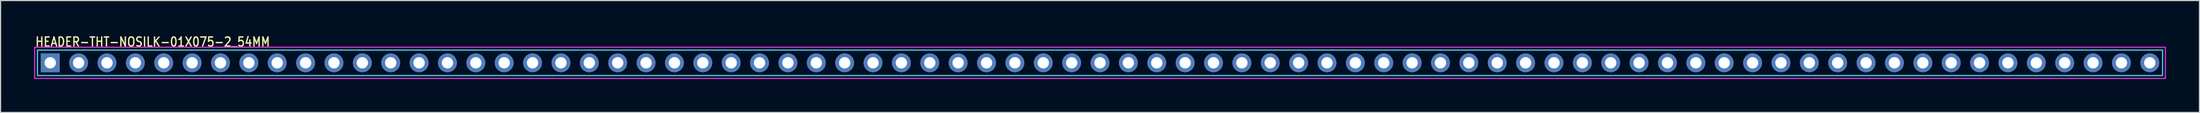
<source format=kicad_pcb>
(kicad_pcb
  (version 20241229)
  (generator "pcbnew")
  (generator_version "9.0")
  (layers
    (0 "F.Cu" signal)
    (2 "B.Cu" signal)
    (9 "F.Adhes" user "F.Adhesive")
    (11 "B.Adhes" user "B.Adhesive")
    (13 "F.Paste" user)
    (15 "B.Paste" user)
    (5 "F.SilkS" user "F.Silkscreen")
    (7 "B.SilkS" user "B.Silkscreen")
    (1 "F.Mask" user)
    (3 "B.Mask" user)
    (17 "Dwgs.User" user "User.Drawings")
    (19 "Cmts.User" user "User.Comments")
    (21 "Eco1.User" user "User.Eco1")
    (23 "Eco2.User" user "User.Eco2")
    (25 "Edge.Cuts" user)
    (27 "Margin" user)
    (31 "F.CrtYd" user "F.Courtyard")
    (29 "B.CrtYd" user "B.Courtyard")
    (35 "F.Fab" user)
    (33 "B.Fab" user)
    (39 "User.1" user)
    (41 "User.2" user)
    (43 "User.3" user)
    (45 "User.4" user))
  (footprint "HEADER-THT-NOSILK-01X075-2_54MM"
    (layer "F.Cu")
    (at 1.447 2.579)
    (property "Reference" "HEADER-THT-NOSILK-01X075-2_54MM" (at -1.4 -1.4 0) (unlocked yes) (layer "F.SilkS") (effects (font (size 0.813 0.695) (thickness 0.122)) (justify left bottom)))
    (fp_poly (pts (xy -1.143 -1.143) (xy 189.103 -1.143) (xy 189.103 1.143) (xy -1.143 1.143)) (stroke (width 0.1) (type solid)) (fill no) (layer "B.CrtYd"))
    (fp_poly (pts (xy -1.397 -1.397) (xy 189.357 -1.397) (xy 189.357 1.397) (xy -1.397 1.397)) (stroke (width 0.1) (type solid)) (fill no) (layer "F.CrtYd"))
    (pad "P$1" thru_hole rect (at 0 0) (size 1.693 1.693) (drill 1.016) (layers "*.Cu" "*.Mask"))
    (pad "P$2" thru_hole oval (at 2.54 0) (size 1.693 1.693) (drill 1.016) (layers "*.Cu" "*.Mask"))
    (pad "P$3" thru_hole oval (at 5.08 0) (size 1.693 1.693) (drill 1.016) (layers "*.Cu" "*.Mask"))
    (pad "P$4" thru_hole oval (at 7.62 0) (size 1.693 1.693) (drill 1.016) (layers "*.Cu" "*.Mask"))
    (pad "P$5" thru_hole oval (at 10.16 0) (size 1.693 1.693) (drill 1.016) (layers "*.Cu" "*.Mask"))
    (pad "P$6" thru_hole oval (at 12.7 0) (size 1.693 1.693) (drill 1.016) (layers "*.Cu" "*.Mask"))
    (pad "P$7" thru_hole oval (at 15.24 0) (size 1.693 1.693) (drill 1.016) (layers "*.Cu" "*.Mask"))
    (pad "P$8" thru_hole oval (at 17.78 0) (size 1.693 1.693) (drill 1.016) (layers "*.Cu" "*.Mask"))
    (pad "P$9" thru_hole oval (at 20.32 0) (size 1.693 1.693) (drill 1.016) (layers "*.Cu" "*.Mask"))
    (pad "P$10" thru_hole oval (at 22.86 0) (size 1.693 1.693) (drill 1.016) (layers "*.Cu" "*.Mask"))
    (pad "P$11" thru_hole oval (at 25.4 0) (size 1.693 1.693) (drill 1.016) (layers "*.Cu" "*.Mask"))
    (pad "P$12" thru_hole oval (at 27.94 0) (size 1.693 1.693) (drill 1.016) (layers "*.Cu" "*.Mask"))
    (pad "P$13" thru_hole oval (at 30.48 0) (size 1.693 1.693) (drill 1.016) (layers "*.Cu" "*.Mask"))
    (pad "P$14" thru_hole oval (at 33.02 0) (size 1.693 1.693) (drill 1.016) (layers "*.Cu" "*.Mask"))
    (pad "P$15" thru_hole oval (at 35.56 0) (size 1.693 1.693) (drill 1.016) (layers "*.Cu" "*.Mask"))
    (pad "P$16" thru_hole oval (at 38.1 0) (size 1.693 1.693) (drill 1.016) (layers "*.Cu" "*.Mask"))
    (pad "P$17" thru_hole oval (at 40.64 0) (size 1.693 1.693) (drill 1.016) (layers "*.Cu" "*.Mask"))
    (pad "P$18" thru_hole oval (at 43.18 0) (size 1.693 1.693) (drill 1.016) (layers "*.Cu" "*.Mask"))
    (pad "P$19" thru_hole oval (at 45.72 0) (size 1.693 1.693) (drill 1.016) (layers "*.Cu" "*.Mask"))
    (pad "P$20" thru_hole oval (at 48.26 0) (size 1.693 1.693) (drill 1.016) (layers "*.Cu" "*.Mask"))
    (pad "P$21" thru_hole oval (at 50.8 0) (size 1.693 1.693) (drill 1.016) (layers "*.Cu" "*.Mask"))
    (pad "P$22" thru_hole oval (at 53.34 0) (size 1.693 1.693) (drill 1.016) (layers "*.Cu" "*.Mask"))
    (pad "P$23" thru_hole oval (at 55.88 0) (size 1.693 1.693) (drill 1.016) (layers "*.Cu" "*.Mask"))
    (pad "P$24" thru_hole oval (at 58.42 0) (size 1.693 1.693) (drill 1.016) (layers "*.Cu" "*.Mask"))
    (pad "P$25" thru_hole oval (at 60.96 0) (size 1.693 1.693) (drill 1.016) (layers "*.Cu" "*.Mask"))
    (pad "P$26" thru_hole oval (at 63.5 0) (size 1.693 1.693) (drill 1.016) (layers "*.Cu" "*.Mask"))
    (pad "P$27" thru_hole oval (at 66.04 0) (size 1.693 1.693) (drill 1.016) (layers "*.Cu" "*.Mask"))
    (pad "P$28" thru_hole oval (at 68.58 0) (size 1.693 1.693) (drill 1.016) (layers "*.Cu" "*.Mask"))
    (pad "P$29" thru_hole oval (at 71.12 0) (size 1.693 1.693) (drill 1.016) (layers "*.Cu" "*.Mask"))
    (pad "P$30" thru_hole oval (at 73.66 0) (size 1.693 1.693) (drill 1.016) (layers "*.Cu" "*.Mask"))
    (pad "P$31" thru_hole oval (at 76.2 0) (size 1.693 1.693) (drill 1.016) (layers "*.Cu" "*.Mask"))
    (pad "P$32" thru_hole oval (at 78.74 0) (size 1.693 1.693) (drill 1.016) (layers "*.Cu" "*.Mask"))
    (pad "P$33" thru_hole oval (at 81.28 0) (size 1.693 1.693) (drill 1.016) (layers "*.Cu" "*.Mask"))
    (pad "P$34" thru_hole oval (at 83.82 0) (size 1.693 1.693) (drill 1.016) (layers "*.Cu" "*.Mask"))
    (pad "P$35" thru_hole oval (at 86.36 0) (size 1.693 1.693) (drill 1.016) (layers "*.Cu" "*.Mask"))
    (pad "P$36" thru_hole oval (at 88.9 0) (size 1.693 1.693) (drill 1.016) (layers "*.Cu" "*.Mask"))
    (pad "P$37" thru_hole oval (at 91.44 0) (size 1.693 1.693) (drill 1.016) (layers "*.Cu" "*.Mask"))
    (pad "P$38" thru_hole oval (at 93.98 0) (size 1.693 1.693) (drill 1.016) (layers "*.Cu" "*.Mask"))
    (pad "P$39" thru_hole oval (at 96.52 0) (size 1.693 1.693) (drill 1.016) (layers "*.Cu" "*.Mask"))
    (pad "P$40" thru_hole oval (at 99.06 0) (size 1.693 1.693) (drill 1.016) (layers "*.Cu" "*.Mask"))
    (pad "P$41" thru_hole oval (at 101.6 0) (size 1.693 1.693) (drill 1.016) (layers "*.Cu" "*.Mask"))
    (pad "P$42" thru_hole oval (at 104.14 0) (size 1.693 1.693) (drill 1.016) (layers "*.Cu" "*.Mask"))
    (pad "P$43" thru_hole oval (at 106.68 0) (size 1.693 1.693) (drill 1.016) (layers "*.Cu" "*.Mask"))
    (pad "P$44" thru_hole oval (at 109.22 0) (size 1.693 1.693) (drill 1.016) (layers "*.Cu" "*.Mask"))
    (pad "P$45" thru_hole oval (at 111.76 0) (size 1.693 1.693) (drill 1.016) (layers "*.Cu" "*.Mask"))
    (pad "P$46" thru_hole oval (at 114.3 0) (size 1.693 1.693) (drill 1.016) (layers "*.Cu" "*.Mask"))
    (pad "P$47" thru_hole oval (at 116.84 0) (size 1.693 1.693) (drill 1.016) (layers "*.Cu" "*.Mask"))
    (pad "P$48" thru_hole oval (at 119.38 0) (size 1.693 1.693) (drill 1.016) (layers "*.Cu" "*.Mask"))
    (pad "P$49" thru_hole oval (at 121.92 0) (size 1.693 1.693) (drill 1.016) (layers "*.Cu" "*.Mask"))
    (pad "P$50" thru_hole oval (at 124.46 0) (size 1.693 1.693) (drill 1.016) (layers "*.Cu" "*.Mask"))
    (pad "P$51" thru_hole oval (at 127 0) (size 1.693 1.693) (drill 1.016) (layers "*.Cu" "*.Mask"))
    (pad "P$52" thru_hole oval (at 129.54 0) (size 1.693 1.693) (drill 1.016) (layers "*.Cu" "*.Mask"))
    (pad "P$53" thru_hole oval (at 132.08 0) (size 1.693 1.693) (drill 1.016) (layers "*.Cu" "*.Mask"))
    (pad "P$54" thru_hole oval (at 134.62 0) (size 1.693 1.693) (drill 1.016) (layers "*.Cu" "*.Mask"))
    (pad "P$55" thru_hole oval (at 137.16 0) (size 1.693 1.693) (drill 1.016) (layers "*.Cu" "*.Mask"))
    (pad "P$56" thru_hole oval (at 139.7 0) (size 1.693 1.693) (drill 1.016) (layers "*.Cu" "*.Mask"))
    (pad "P$57" thru_hole oval (at 142.24 0) (size 1.693 1.693) (drill 1.016) (layers "*.Cu" "*.Mask"))
    (pad "P$58" thru_hole oval (at 144.78 0) (size 1.693 1.693) (drill 1.016) (layers "*.Cu" "*.Mask"))
    (pad "P$59" thru_hole oval (at 147.32 0) (size 1.693 1.693) (drill 1.016) (layers "*.Cu" "*.Mask"))
    (pad "P$60" thru_hole oval (at 149.86 0) (size 1.693 1.693) (drill 1.016) (layers "*.Cu" "*.Mask"))
    (pad "P$61" thru_hole oval (at 152.4 0) (size 1.693 1.693) (drill 1.016) (layers "*.Cu" "*.Mask"))
    (pad "P$62" thru_hole oval (at 154.94 0) (size 1.693 1.693) (drill 1.016) (layers "*.Cu" "*.Mask"))
    (pad "P$63" thru_hole oval (at 157.48 0) (size 1.693 1.693) (drill 1.016) (layers "*.Cu" "*.Mask"))
    (pad "P$64" thru_hole oval (at 160.02 0) (size 1.693 1.693) (drill 1.016) (layers "*.Cu" "*.Mask"))
    (pad "P$65" thru_hole oval (at 162.56 0) (size 1.693 1.693) (drill 1.016) (layers "*.Cu" "*.Mask"))
    (pad "P$66" thru_hole oval (at 165.1 0) (size 1.693 1.693) (drill 1.016) (layers "*.Cu" "*.Mask"))
    (pad "P$67" thru_hole oval (at 167.64 0) (size 1.693 1.693) (drill 1.016) (layers "*.Cu" "*.Mask"))
    (pad "P$68" thru_hole oval (at 170.18 0) (size 1.693 1.693) (drill 1.016) (layers "*.Cu" "*.Mask"))
    (pad "P$69" thru_hole oval (at 172.72 0) (size 1.693 1.693) (drill 1.016) (layers "*.Cu" "*.Mask"))
    (pad "P$70" thru_hole oval (at 175.26 0) (size 1.693 1.693) (drill 1.016) (layers "*.Cu" "*.Mask"))
    (pad "P$71" thru_hole oval (at 177.8 0) (size 1.693 1.693) (drill 1.016) (layers "*.Cu" "*.Mask"))
    (pad "P$72" thru_hole oval (at 180.34 0) (size 1.693 1.693) (drill 1.016) (layers "*.Cu" "*.Mask"))
    (pad "P$73" thru_hole oval (at 182.88 0) (size 1.693 1.693) (drill 1.016) (layers "*.Cu" "*.Mask"))
    (pad "P$74" thru_hole oval (at 185.42 0) (size 1.693 1.693) (drill 1.016) (layers "*.Cu" "*.Mask"))
    (pad "P$75" thru_hole oval (at 187.96 0) (size 1.693 1.693) (drill 1.016) (layers "*.Cu" "*.Mask")))
  (gr_rect
    (start -3 -3)
    (end 193.854 7.026)
    (stroke (width 0.1) (type default))
    (fill no)
    (layer "Edge.Cuts")))
</source>
